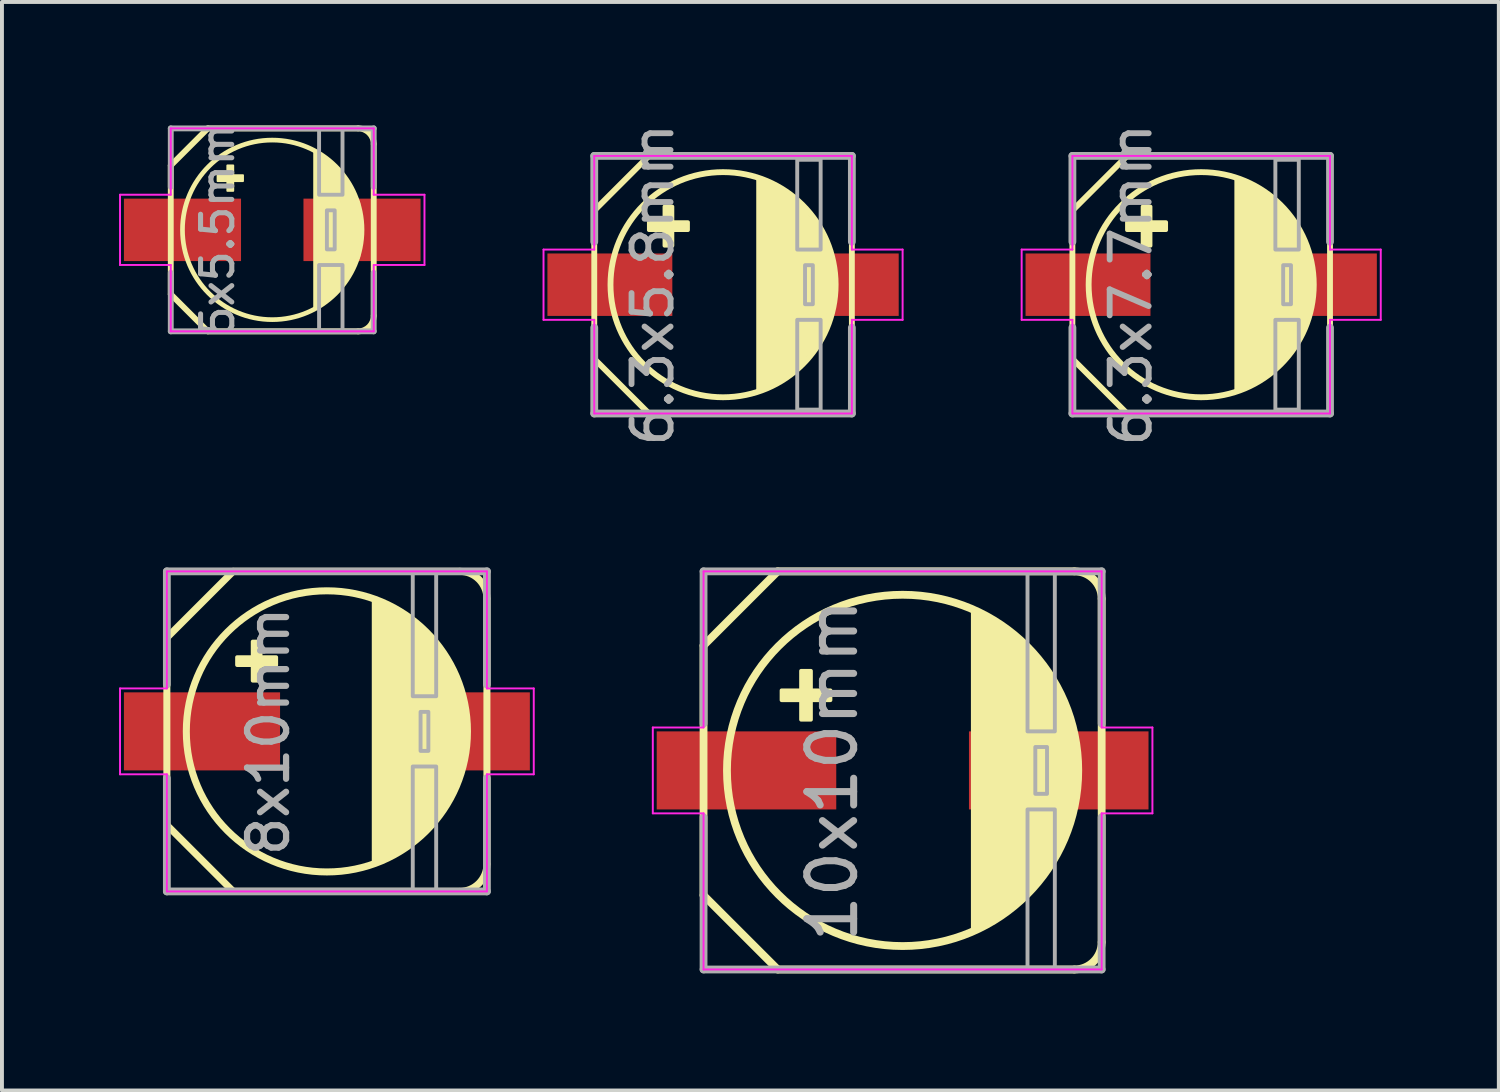
<source format=kicad_pcb>
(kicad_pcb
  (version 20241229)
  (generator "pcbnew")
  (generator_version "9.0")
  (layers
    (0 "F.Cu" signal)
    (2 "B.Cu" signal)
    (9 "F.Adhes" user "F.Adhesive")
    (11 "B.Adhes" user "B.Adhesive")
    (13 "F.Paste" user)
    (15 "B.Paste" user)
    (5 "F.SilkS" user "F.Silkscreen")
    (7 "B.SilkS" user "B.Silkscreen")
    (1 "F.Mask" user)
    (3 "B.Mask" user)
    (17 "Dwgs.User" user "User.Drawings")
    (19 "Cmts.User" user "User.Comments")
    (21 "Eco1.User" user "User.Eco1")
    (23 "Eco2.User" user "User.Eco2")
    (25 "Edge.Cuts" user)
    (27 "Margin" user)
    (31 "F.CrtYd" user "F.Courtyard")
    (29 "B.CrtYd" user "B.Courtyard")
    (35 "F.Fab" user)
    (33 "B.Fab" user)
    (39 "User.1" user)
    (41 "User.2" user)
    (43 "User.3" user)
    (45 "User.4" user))
  (footprint "8x10mm"
    (layer "F.Cu")
    (at 5.325 15.688)
    (property "Reference" "8x10mm" (at -1.5 0 90) (layer "F.Fab") (effects (font (size 1 1) (thickness 0.16))))
    (attr smd)
    (fp_line (start -4.1 -2.4) (end -4.1 2.4) (stroke (width 0.18) (type solid)) (layer "F.SilkS"))
    (fp_line (start -2.4 -4.1) (end -4.1 -2.4) (stroke (width 0.18) (type solid)) (layer "F.SilkS"))
    (fp_line (start -2.4 -4.1) (end 3.4 -4.1) (stroke (width 0.18) (type solid)) (layer "F.SilkS"))
    (fp_line (start -2.4 4.1) (end -4.1 2.4) (stroke (width 0.18) (type solid)) (layer "F.SilkS"))
    (fp_line (start 3.4 4.1) (end -2.4 4.1) (stroke (width 0.18) (type solid)) (layer "F.SilkS"))
    (fp_line (start 4.1 -3.4) (end 4.1 3.4) (stroke (width 0.18) (type solid)) (layer "F.SilkS"))
    (fp_arc (start 3.4 -4.1) (mid 3.894975 -3.894975) (end 4.1 -3.4) (stroke (width 0.18) (type solid)) (layer "F.SilkS"))
    (fp_arc (start 4.1 3.4) (mid 3.894975 3.894975) (end 3.4 4.1) (stroke (width 0.18) (type solid)) (layer "F.SilkS"))
    (fp_circle (center 0 0) (end 3.6 -0.1) (stroke (width 0.18) (type solid)) (fill no) (layer "F.SilkS"))
    (fp_poly (pts (xy 2.4 -2.6) (xy 3.2 -1.6) (xy 3.6 -0.2) (xy 3.6 0.2) (xy 3.2 1.6) (xy 2.4 2.6) (xy 1.2 3.4) (xy 1.2 -3.4)) (stroke (width 0.1) (type solid)) (fill yes) (layer "F.SilkS"))
    (fp_poly (pts (xy -1.7 -1.9) (xy -1.3 -1.9) (xy -1.3 -1.7) (xy -1.7 -1.7) (xy -1.7 -1.3) (xy -1.9 -1.3) (xy -1.9 -1.7) (xy -2.3 -1.7) (xy -2.3 -1.9) (xy -1.9 -1.9) (xy -1.9 -2.3) (xy -1.7 -2.3)) (stroke (width 0.1) (type solid)) (fill yes) (layer "F.SilkS"))
    (fp_line (start -5.3 -1.1) (end -4.1 -1.1) (stroke (width 0.05) (type solid)) (layer "F.CrtYd"))
    (fp_line (start -5.3 1.1) (end -5.3 -1.1) (stroke (width 0.05) (type solid)) (layer "F.CrtYd"))
    (fp_line (start -5.3 1.1) (end -4.1 1.1) (stroke (width 0.05) (type solid)) (layer "F.CrtYd"))
    (fp_line (start -4.1 -4.1) (end -4.1 -1.1) (stroke (width 0.05) (type solid)) (layer "F.CrtYd"))
    (fp_line (start -4.1 4.1) (end -4.1 1.1) (stroke (width 0.05) (type solid)) (layer "F.CrtYd"))
    (fp_line (start 4.1 -4.1) (end -4.1 -4.1) (stroke (width 0.05) (type solid)) (layer "F.CrtYd"))
    (fp_line (start 4.1 -4.1) (end 4.1 -1.1) (stroke (width 0.05) (type solid)) (layer "F.CrtYd"))
    (fp_line (start 4.1 -1.1) (end 5.3 -1.1) (stroke (width 0.05) (type solid)) (layer "F.CrtYd"))
    (fp_line (start 4.1 1.1) (end 5.3 1.1) (stroke (width 0.05) (type solid)) (layer "F.CrtYd"))
    (fp_line (start 4.1 4.1) (end -4.1 4.1) (stroke (width 0.05) (type solid)) (layer "F.CrtYd"))
    (fp_line (start 4.1 4.1) (end 4.1 1.1) (stroke (width 0.05) (type solid)) (layer "F.CrtYd"))
    (fp_line (start 5.3 1.1) (end 5.3 -1.1) (stroke (width 0.05) (type solid)) (layer "F.CrtYd"))
    (fp_line (start -4.1 -4.1) (end -4.1 -1.2) (stroke (width 0.2) (type solid)) (layer "F.Fab"))
    (fp_line (start -4.1 -4.1) (end 4.1 -4.1) (stroke (width 0.2) (type solid)) (layer "F.Fab"))
    (fp_line (start -4.1 1.2) (end -4.1 4.1) (stroke (width 0.2) (type solid)) (layer "F.Fab"))
    (fp_line (start -4.1 4.1) (end 4.1 4.1) (stroke (width 0.2) (type solid)) (layer "F.Fab"))
    (fp_line (start 4.1 -4.1) (end 4.1 -1.2) (stroke (width 0.2) (type solid)) (layer "F.Fab"))
    (fp_line (start 4.1 1.2) (end 4.1 4.1) (stroke (width 0.2) (type solid)) (layer "F.Fab"))
    (fp_poly (pts (xy 2.6 -0.5) (xy 2.6 0.5) (xy 2.4 0.5) (xy 2.4 -0.5)) (stroke (width 0.1) (type solid)) (fill no) (layer "F.Fab"))
    (fp_poly (pts (xy 2.8 -0.9) (xy 2.2 -0.9) (xy 2.2 -4.1) (xy 2.8 -4.1)) (stroke (width 0.1) (type solid)) (fill no) (layer "F.Fab"))
    (fp_poly (pts (xy 2.8 4.1) (xy 2.2 4.1) (xy 2.2 0.9) (xy 2.8 0.9)) (stroke (width 0.1) (type solid)) (fill no) (layer "F.Fab"))
    (pad "1" smd rect (at -3.2 0 180) (size 4 2) (layers "F.Cu" "F.Mask" "F.Paste"))
    (pad "2" smd rect (at 3.2 0 180) (size 4 2) (layers "F.Cu" "F.Mask" "F.Paste")))
  (footprint "10x10mm"
    (layer "F.Cu")
    (at 20.075 16.688)
    (property "Reference" "10x10mm" (at -1.8 0 90) (layer "F.Fab") (effects (font (size 1.2 1.2) (thickness 0.18))))
    (attr smd)
    (fp_line (start -5.1 -3.2) (end -5.1 3.2) (stroke (width 0.2) (type solid)) (layer "F.SilkS"))
    (fp_line (start -3.2 -5.1) (end -5.1 -3.2) (stroke (width 0.2) (type solid)) (layer "F.SilkS"))
    (fp_line (start -3.2 5.1) (end -5.1 3.2) (stroke (width 0.2) (type solid)) (layer "F.SilkS"))
    (fp_line (start 4.4 -5.1) (end -3.2 -5.1) (stroke (width 0.2) (type solid)) (layer "F.SilkS"))
    (fp_line (start 4.4 5.1) (end -3.2 5.1) (stroke (width 0.2) (type solid)) (layer "F.SilkS"))
    (fp_line (start 5.1 -4.4) (end 5.1 4.4) (stroke (width 0.2) (type solid)) (layer "F.SilkS"))
    (fp_arc (start 4.4 -5.1) (mid 4.894975 -4.894975) (end 5.1 -4.4) (stroke (width 0.2) (type solid)) (layer "F.SilkS"))
    (fp_arc (start 5.1 4.4) (mid 4.894975 4.894975) (end 4.4 5.1) (stroke (width 0.2) (type solid)) (layer "F.SilkS"))
    (fp_circle (center 0 0) (end 4.5 0) (stroke (width 0.2) (type solid)) (fill no) (layer "F.SilkS"))
    (fp_poly (pts (xy 2.6 -3.6) (xy 3.8 -2.4) (xy 4.4 -1) (xy 4.4 1) (xy 3.8 2.4) (xy 2.6 3.6) (xy 1.8 4.1) (xy 1.8 -4.1)) (stroke (width 0.1) (type solid)) (fill yes) (layer "F.SilkS"))
    (fp_poly (pts (xy -2.35 -2.05) (xy -1.85 -2.05) (xy -1.85 -1.8) (xy -2.35 -1.8) (xy -2.35 -1.3) (xy -2.6 -1.3) (xy -2.6 -1.8) (xy -3.1 -1.8) (xy -3.1 -2.05) (xy -2.6 -2.05) (xy -2.6 -2.55) (xy -2.35 -2.55)) (stroke (width 0.1) (type solid)) (fill yes) (layer "F.SilkS"))
    (fp_line (start -6.4 -1.1) (end -5.1 -1.1) (stroke (width 0.05) (type solid)) (layer "F.CrtYd"))
    (fp_line (start -6.4 1.1) (end -6.4 -1.1) (stroke (width 0.05) (type solid)) (layer "F.CrtYd"))
    (fp_line (start -6.4 1.1) (end -5.1 1.1) (stroke (width 0.05) (type solid)) (layer "F.CrtYd"))
    (fp_line (start -5.1 -1.1) (end -5.1 -5.1) (stroke (width 0.05) (type solid)) (layer "F.CrtYd"))
    (fp_line (start -5.1 1.1) (end -5.1 5.1) (stroke (width 0.05) (type solid)) (layer "F.CrtYd"))
    (fp_line (start 5.1 -5.1) (end -5.1 -5.1) (stroke (width 0.05) (type solid)) (layer "F.CrtYd"))
    (fp_line (start 5.1 -1.1) (end 5.1 -5.1) (stroke (width 0.05) (type solid)) (layer "F.CrtYd"))
    (fp_line (start 5.1 -1.1) (end 6.4 -1.1) (stroke (width 0.05) (type solid)) (layer "F.CrtYd"))
    (fp_line (start 5.1 1.1) (end 6.4 1.1) (stroke (width 0.05) (type solid)) (layer "F.CrtYd"))
    (fp_line (start 5.1 5.1) (end -5.1 5.1) (stroke (width 0.05) (type solid)) (layer "F.CrtYd"))
    (fp_line (start 5.1 5.1) (end 5.1 1.1) (stroke (width 0.05) (type solid)) (layer "F.CrtYd"))
    (fp_line (start 6.4 1.1) (end 6.4 -1.1) (stroke (width 0.05) (type solid)) (layer "F.CrtYd"))
    (fp_line (start -5.1 -5.1) (end -5.1 -1.2) (stroke (width 0.2) (type solid)) (layer "F.Fab"))
    (fp_line (start -5.1 -5.1) (end 5.1 -5.1) (stroke (width 0.2) (type solid)) (layer "F.Fab"))
    (fp_line (start -5.1 1.2) (end -5.1 5.1) (stroke (width 0.2) (type solid)) (layer "F.Fab"))
    (fp_line (start -5.1 5.1) (end 5.1 5.1) (stroke (width 0.2) (type solid)) (layer "F.Fab"))
    (fp_line (start 5.1 -5.1) (end 5.1 -1.2) (stroke (width 0.2) (type solid)) (layer "F.Fab"))
    (fp_line (start 5.1 1.2) (end 5.1 5.1) (stroke (width 0.2) (type solid)) (layer "F.Fab"))
    (fp_poly (pts (xy 3.7 -0.6) (xy 3.7 0.6) (xy 3.4 0.6) (xy 3.4 -0.6)) (stroke (width 0.1) (type solid)) (fill no) (layer "F.Fab"))
    (fp_poly (pts (xy 3.9 -1) (xy 3.2 -1) (xy 3.2 -5.1) (xy 3.9 -5.1)) (stroke (width 0.1) (type solid)) (fill no) (layer "F.Fab"))
    (fp_poly (pts (xy 3.9 5.1) (xy 3.2 5.1) (xy 3.2 1) (xy 3.9 1)) (stroke (width 0.1) (type solid)) (fill no) (layer "F.Fab"))
    (pad "1" smd rect (at -4 0 180) (size 4.6 2) (layers "F.Cu" "F.Mask" "F.Paste"))
    (pad "2" smd rect (at 4 0 180) (size 4.6 2) (layers "F.Cu" "F.Mask" "F.Paste")))
  (footprint "6.3x5.8mm"
    (layer "F.Cu")
    (at 15.475 4.244)
    (property "Reference" "6.3x5.8mm" (at -1.8 0 90) (layer "F.Fab") (effects (font (size 1 1) (thickness 0.15))))
    (attr smd)
    (fp_line (start -3.3 -1.9) (end -1.9 -3.3) (stroke (width 0.15) (type solid)) (layer "F.SilkS"))
    (fp_line (start -3.3 1.9) (end -3.3 -1.9) (stroke (width 0.15) (type solid)) (layer "F.SilkS"))
    (fp_line (start -1.9 -3.3) (end 3.3 -3.3) (stroke (width 0.15) (type solid)) (layer "F.SilkS"))
    (fp_line (start -1.9 3.3) (end -3.3 1.9) (stroke (width 0.15) (type solid)) (layer "F.SilkS"))
    (fp_line (start 3.3 -3.3) (end 3.3 3.3) (stroke (width 0.15) (type solid)) (layer "F.SilkS"))
    (fp_line (start 3.3 3.3) (end -1.9 3.3) (stroke (width 0.15) (type solid)) (layer "F.SilkS"))
    (fp_circle (center 0 0) (end 2.884 0) (stroke (width 0.15) (type solid)) (fill no) (layer "F.SilkS"))
    (fp_poly (pts (xy 1.8 -2.2) (xy 2.6 -1.2) (xy 2.884 0) (xy 2.6 1.2) (xy 1.8 2.2) (xy 0.9 2.7) (xy 0.9 -2.7)) (stroke (width 0.1) (type solid)) (fill yes) (layer "F.SilkS"))
    (fp_poly (pts (xy -1.3 -1.6) (xy -0.9 -1.6) (xy -0.9 -1.4) (xy -1.3 -1.4) (xy -1.3 -1) (xy -1.5 -1) (xy -1.5 -1.4) (xy -1.9 -1.4) (xy -1.9 -1.6) (xy -1.5 -1.6) (xy -1.5 -2) (xy -1.3 -2)) (stroke (width 0.1) (type solid)) (fill yes) (layer "F.SilkS"))
    (fp_line (start -4.6 -0.9) (end -4.6 0.9) (stroke (width 0.05) (type solid)) (layer "F.CrtYd"))
    (fp_line (start -4.6 0.9) (end -3.3 0.9) (stroke (width 0.05) (type solid)) (layer "F.CrtYd"))
    (fp_line (start -3.3 -3.3) (end 3.3 -3.3) (stroke (width 0.05) (type solid)) (layer "F.CrtYd"))
    (fp_line (start -3.3 -0.9) (end -4.6 -0.9) (stroke (width 0.05) (type solid)) (layer "F.CrtYd"))
    (fp_line (start -3.3 -0.9) (end -3.3 -3.3) (stroke (width 0.05) (type solid)) (layer "F.CrtYd"))
    (fp_line (start -3.3 3.3) (end -3.3 0.9) (stroke (width 0.05) (type solid)) (layer "F.CrtYd"))
    (fp_line (start 3.3 -3.3) (end 3.3 -0.9) (stroke (width 0.05) (type solid)) (layer "F.CrtYd"))
    (fp_line (start 3.3 -0.9) (end 4.6 -0.9) (stroke (width 0.05) (type solid)) (layer "F.CrtYd"))
    (fp_line (start 3.3 0.9) (end 3.3 3.3) (stroke (width 0.05) (type solid)) (layer "F.CrtYd"))
    (fp_line (start 3.3 3.3) (end -3.3 3.3) (stroke (width 0.05) (type solid)) (layer "F.CrtYd"))
    (fp_line (start 4.6 -0.9) (end 4.6 0.9) (stroke (width 0.05) (type solid)) (layer "F.CrtYd"))
    (fp_line (start 4.6 0.9) (end 3.3 0.9) (stroke (width 0.05) (type solid)) (layer "F.CrtYd"))
    (fp_line (start -3.3 -3.3) (end 3.3 -3.3) (stroke (width 0.2) (type solid)) (layer "F.Fab"))
    (fp_line (start -3.3 -1.1) (end -3.3 -3.3) (stroke (width 0.2) (type solid)) (layer "F.Fab"))
    (fp_line (start -3.3 1.1) (end -3.3 3.3) (stroke (width 0.2) (type solid)) (layer "F.Fab"))
    (fp_line (start -3.3 3.3) (end 3.3 3.3) (stroke (width 0.2) (type solid)) (layer "F.Fab"))
    (fp_line (start 3.3 -3.3) (end 3.3 -1.1) (stroke (width 0.2) (type solid)) (layer "F.Fab"))
    (fp_line (start 3.3 3.3) (end 3.3 1.1) (stroke (width 0.2) (type solid)) (layer "F.Fab"))
    (fp_poly (pts (xy 2.3 -0.5) (xy 2.3 0.5) (xy 2.1 0.5) (xy 2.1 -0.5)) (stroke (width 0.1) (type solid)) (fill no) (layer "F.Fab"))
    (fp_poly (pts (xy 2.5 -0.9) (xy 1.9 -0.9) (xy 1.9 -3.2) (xy 2.5 -3.2)) (stroke (width 0.1) (type solid)) (fill no) (layer "F.Fab"))
    (fp_poly (pts (xy 2.5 3.2) (xy 1.9 3.2) (xy 1.9 0.9) (xy 2.5 0.9)) (stroke (width 0.1) (type solid)) (fill no) (layer "F.Fab"))
    (pad "1" smd rect (at -2.9 0 180) (size 3.2 1.6) (layers "F.Cu" "F.Mask" "F.Paste"))
    (pad "2" smd rect (at 2.9 0 180) (size 3.2 1.6) (layers "F.Cu" "F.Mask" "F.Paste")))
  (footprint "6.3x7.7mm"
    (layer "F.Cu")
    (at 27.725 4.244)
    (property "Reference" "6.3x7.7mm" (at -1.8 0 90) (layer "F.Fab") (effects (font (size 1 1) (thickness 0.15))))
    (attr smd)
    (fp_line (start -3.3 -1.9) (end -1.9 -3.3) (stroke (width 0.15) (type solid)) (layer "F.SilkS"))
    (fp_line (start -3.3 1.9) (end -3.3 -1.9) (stroke (width 0.15) (type solid)) (layer "F.SilkS"))
    (fp_line (start -1.9 -3.3) (end 3.3 -3.3) (stroke (width 0.15) (type solid)) (layer "F.SilkS"))
    (fp_line (start -1.9 3.3) (end -3.3 1.9) (stroke (width 0.15) (type solid)) (layer "F.SilkS"))
    (fp_line (start 3.3 -3.3) (end 3.3 3.3) (stroke (width 0.15) (type solid)) (layer "F.SilkS"))
    (fp_line (start 3.3 3.3) (end -1.9 3.3) (stroke (width 0.15) (type solid)) (layer "F.SilkS"))
    (fp_circle (center 0 0) (end 2.884 0) (stroke (width 0.15) (type solid)) (fill no) (layer "F.SilkS"))
    (fp_poly (pts (xy 1.8 -2.2) (xy 2.6 -1.2) (xy 2.884 0) (xy 2.6 1.2) (xy 1.8 2.2) (xy 0.9 2.7) (xy 0.9 -2.7)) (stroke (width 0.1) (type solid)) (fill yes) (layer "F.SilkS"))
    (fp_poly (pts (xy -1.3 -1.6) (xy -0.9 -1.6) (xy -0.9 -1.4) (xy -1.3 -1.4) (xy -1.3 -1) (xy -1.5 -1) (xy -1.5 -1.4) (xy -1.9 -1.4) (xy -1.9 -1.6) (xy -1.5 -1.6) (xy -1.5 -2) (xy -1.3 -2)) (stroke (width 0.1) (type solid)) (fill yes) (layer "F.SilkS"))
    (fp_line (start -4.6 -0.9) (end -4.6 0.9) (stroke (width 0.05) (type solid)) (layer "F.CrtYd"))
    (fp_line (start -4.6 0.9) (end -3.3 0.9) (stroke (width 0.05) (type solid)) (layer "F.CrtYd"))
    (fp_line (start -3.3 -3.3) (end 3.3 -3.3) (stroke (width 0.05) (type solid)) (layer "F.CrtYd"))
    (fp_line (start -3.3 -0.9) (end -4.6 -0.9) (stroke (width 0.05) (type solid)) (layer "F.CrtYd"))
    (fp_line (start -3.3 -0.9) (end -3.3 -3.3) (stroke (width 0.05) (type solid)) (layer "F.CrtYd"))
    (fp_line (start -3.3 3.3) (end -3.3 0.9) (stroke (width 0.05) (type solid)) (layer "F.CrtYd"))
    (fp_line (start 3.3 -3.3) (end 3.3 -0.9) (stroke (width 0.05) (type solid)) (layer "F.CrtYd"))
    (fp_line (start 3.3 -0.9) (end 4.6 -0.9) (stroke (width 0.05) (type solid)) (layer "F.CrtYd"))
    (fp_line (start 3.3 0.9) (end 3.3 3.3) (stroke (width 0.05) (type solid)) (layer "F.CrtYd"))
    (fp_line (start 3.3 3.3) (end -3.3 3.3) (stroke (width 0.05) (type solid)) (layer "F.CrtYd"))
    (fp_line (start 4.6 -0.9) (end 4.6 0.9) (stroke (width 0.05) (type solid)) (layer "F.CrtYd"))
    (fp_line (start 4.6 0.9) (end 3.3 0.9) (stroke (width 0.05) (type solid)) (layer "F.CrtYd"))
    (fp_line (start -3.3 -3.3) (end 3.3 -3.3) (stroke (width 0.2) (type solid)) (layer "F.Fab"))
    (fp_line (start -3.3 -1.1) (end -3.3 -3.3) (stroke (width 0.2) (type solid)) (layer "F.Fab"))
    (fp_line (start -3.3 1.1) (end -3.3 3.3) (stroke (width 0.2) (type solid)) (layer "F.Fab"))
    (fp_line (start -3.3 3.3) (end 3.3 3.3) (stroke (width 0.2) (type solid)) (layer "F.Fab"))
    (fp_line (start 3.3 -3.3) (end 3.3 -1.1) (stroke (width 0.2) (type solid)) (layer "F.Fab"))
    (fp_line (start 3.3 3.3) (end 3.3 1.1) (stroke (width 0.2) (type solid)) (layer "F.Fab"))
    (fp_poly (pts (xy 2.3 -0.5) (xy 2.3 0.5) (xy 2.1 0.5) (xy 2.1 -0.5)) (stroke (width 0.1) (type solid)) (fill no) (layer "F.Fab"))
    (fp_poly (pts (xy 2.5 -0.9) (xy 1.9 -0.9) (xy 1.9 -3.2) (xy 2.5 -3.2)) (stroke (width 0.1) (type solid)) (fill no) (layer "F.Fab"))
    (fp_poly (pts (xy 2.5 3.2) (xy 1.9 3.2) (xy 1.9 0.9) (xy 2.5 0.9)) (stroke (width 0.1) (type solid)) (fill no) (layer "F.Fab"))
    (pad "1" smd rect (at -2.9 0 180) (size 3.2 1.6) (layers "F.Cu" "F.Mask" "F.Paste"))
    (pad "2" smd rect (at 2.9 0 180) (size 3.2 1.6) (layers "F.Cu" "F.Mask" "F.Paste")))
  (footprint "5x5.5mm"
    (layer "F.Cu")
    (at 3.925 2.839)
    (property "Reference" "5x5.5mm" (at -1.4 0 90) (layer "F.Fab") (effects (font (size 0.8 0.8) (thickness 0.13))))
    (attr smd)
    (fp_line (start -2.6 -1.65) (end -2.6 1.65) (stroke (width 0.15) (type solid)) (layer "F.SilkS"))
    (fp_line (start -2.6 -1.65) (end -1.65 -2.6) (stroke (width 0.15) (type solid)) (layer "F.SilkS"))
    (fp_line (start -2.6 1.65) (end -1.65 2.6) (stroke (width 0.15) (type solid)) (layer "F.SilkS"))
    (fp_line (start -1.65 -2.6) (end 2.2 -2.6) (stroke (width 0.15) (type solid)) (layer "F.SilkS"))
    (fp_line (start -1.65 2.6) (end 2.2 2.6) (stroke (width 0.15) (type solid)) (layer "F.SilkS"))
    (fp_line (start 2.6 -2.2) (end 2.6 2.2) (stroke (width 0.15) (type solid)) (layer "F.SilkS"))
    (fp_arc (start 2.2 -2.6) (mid 2.482843 -2.482843) (end 2.6 -2.2) (stroke (width 0.15) (type solid)) (layer "F.SilkS"))
    (fp_arc (start 2.6 2.2) (mid 2.482843 2.482843) (end 2.2 2.6) (stroke (width 0.15) (type solid)) (layer "F.SilkS"))
    (fp_circle (center 0 0) (end 2.3 0) (stroke (width 0.12) (type solid)) (fill no) (layer "F.SilkS"))
    (fp_poly (pts (xy 1.8 -1.4) (xy 2.2 -0.7) (xy 2.3 0) (xy 2.2 0.7) (xy 1.8 1.4) (xy 1.1 2) (xy 1.1 -2)) (stroke (width 0.1) (type solid)) (fill yes) (layer "F.SilkS"))
    (fp_poly (pts (xy -1 -1.4) (xy -0.75 -1.4) (xy -0.75 -1.25) (xy -1 -1.25) (xy -1 -1) (xy -1.15 -1) (xy -1.15 -1.25) (xy -1.4 -1.25) (xy -1.4 -1.4) (xy -1.15 -1.4) (xy -1.15 -1.65) (xy -1 -1.65)) (stroke (width 0.05) (type solid)) (fill yes) (layer "F.SilkS"))
    (fp_line (start -3.9 -0.9) (end -3.9 0.9) (stroke (width 0.05) (type solid)) (layer "F.CrtYd"))
    (fp_line (start -3.9 -0.9) (end -2.6 -0.9) (stroke (width 0.05) (type solid)) (layer "F.CrtYd"))
    (fp_line (start -3.9 0.9) (end -2.6 0.9) (stroke (width 0.05) (type solid)) (layer "F.CrtYd"))
    (fp_line (start -2.6 -2.6) (end -2.6 -0.9) (stroke (width 0.05) (type solid)) (layer "F.CrtYd"))
    (fp_line (start -2.6 0.9) (end -2.6 2.6) (stroke (width 0.05) (type solid)) (layer "F.CrtYd"))
    (fp_line (start -2.6 2.6) (end 2.6 2.6) (stroke (width 0.05) (type solid)) (layer "F.CrtYd"))
    (fp_line (start 2.6 -2.6) (end -2.6 -2.6) (stroke (width 0.05) (type solid)) (layer "F.CrtYd"))
    (fp_line (start 2.6 -0.9) (end 2.6 -2.6) (stroke (width 0.05) (type solid)) (layer "F.CrtYd"))
    (fp_line (start 2.6 0.9) (end 3.9 0.9) (stroke (width 0.05) (type solid)) (layer "F.CrtYd"))
    (fp_line (start 2.6 2.6) (end 2.6 0.9) (stroke (width 0.05) (type solid)) (layer "F.CrtYd"))
    (fp_line (start 3.9 -0.9) (end 2.6 -0.9) (stroke (width 0.05) (type solid)) (layer "F.CrtYd"))
    (fp_line (start 3.9 0.9) (end 3.9 -0.9) (stroke (width 0.05) (type solid)) (layer "F.CrtYd"))
    (fp_line (start -2.6 -2.6) (end 2.6 -2.6) (stroke (width 0.15) (type solid)) (layer "F.Fab"))
    (fp_line (start -2.6 -1.1) (end -2.6 -2.6) (stroke (width 0.15) (type solid)) (layer "F.Fab"))
    (fp_line (start -2.6 2.6) (end -2.6 1.1) (stroke (width 0.15) (type solid)) (layer "F.Fab"))
    (fp_line (start -2.6 2.6) (end 2.6 2.6) (stroke (width 0.15) (type solid)) (layer "F.Fab"))
    (fp_line (start 2.6 -1.1) (end 2.6 -2.6) (stroke (width 0.15) (type solid)) (layer "F.Fab"))
    (fp_line (start 2.6 2.6) (end 2.6 1.1) (stroke (width 0.15) (type solid)) (layer "F.Fab"))
    (fp_poly (pts (xy 1.6 -0.5) (xy 1.6 0.5) (xy 1.4 0.5) (xy 1.4 -0.5)) (stroke (width 0.1) (type solid)) (fill no) (layer "F.Fab"))
    (fp_poly (pts (xy 1.8 -0.9) (xy 1.2 -0.9) (xy 1.2 -2.6) (xy 1.8 -2.6)) (stroke (width 0.1) (type solid)) (fill no) (layer "F.Fab"))
    (fp_poly (pts (xy 1.8 2.6) (xy 1.2 2.6) (xy 1.2 0.9) (xy 1.8 0.9)) (stroke (width 0.1) (type solid)) (fill no) (layer "F.Fab"))
    (pad "1" smd rect (at -2.3 0 180) (size 3 1.6) (layers "F.Cu" "F.Mask" "F.Paste"))
    (pad "2" smd rect (at 2.3 0 180) (size 3 1.6) (layers "F.Cu" "F.Mask" "F.Paste")))
  (gr_rect
    (start -3 -3)
    (end 35.35 24.888)
    (stroke (width 0.1) (type default))
    (fill no)
    (layer "Edge.Cuts")))
</source>
